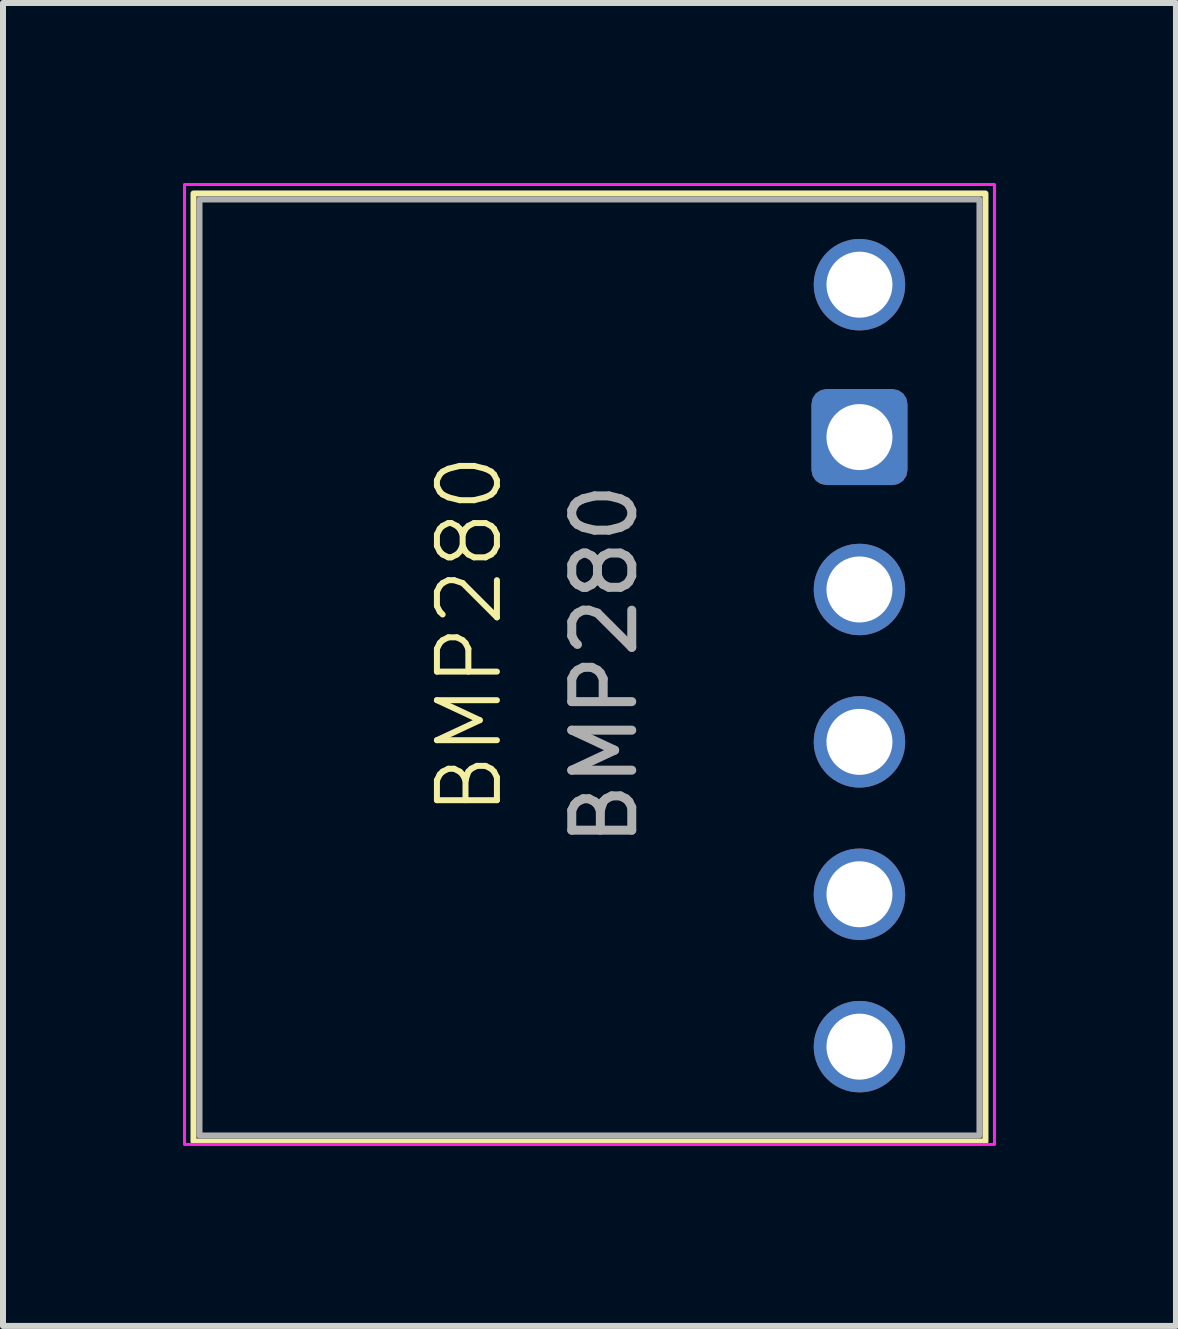
<source format=kicad_pcb>
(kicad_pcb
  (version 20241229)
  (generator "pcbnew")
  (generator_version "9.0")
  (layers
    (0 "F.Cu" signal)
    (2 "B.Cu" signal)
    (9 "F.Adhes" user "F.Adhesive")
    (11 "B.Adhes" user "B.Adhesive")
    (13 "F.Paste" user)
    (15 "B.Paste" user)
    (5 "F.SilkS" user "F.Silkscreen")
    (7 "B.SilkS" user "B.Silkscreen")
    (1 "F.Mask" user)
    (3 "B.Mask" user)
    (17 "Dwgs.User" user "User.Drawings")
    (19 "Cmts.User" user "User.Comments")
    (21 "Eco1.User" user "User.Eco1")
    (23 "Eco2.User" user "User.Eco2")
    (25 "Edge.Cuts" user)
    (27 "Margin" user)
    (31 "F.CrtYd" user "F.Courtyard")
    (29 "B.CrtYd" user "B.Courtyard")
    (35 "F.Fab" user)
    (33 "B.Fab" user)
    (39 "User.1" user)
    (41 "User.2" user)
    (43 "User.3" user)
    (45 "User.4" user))
  (footprint "BMP280"
    (layer "F.Cu")
    (at 11.275 6.775)
    (property "Reference" "BMP280" (at -6.5 0.75 90) (unlocked yes) (layer "F.SilkS") (effects (font (size 1 1) (thickness 0.1))))
    (attr through_hole)
    (fp_rect (start -11.1 -6.6) (end 2.1 9.2) (stroke (width 0.1) (type default)) (fill no) (layer "F.SilkS"))
    (fp_rect (start -11.25 -6.75) (end 2.25 9.25) (stroke (width 0.05) (type default)) (fill no) (layer "F.CrtYd"))
    (fp_rect (start -11 -6.5) (end 2 9.1) (stroke (width 0.1) (type default)) (fill no) (layer "F.Fab"))
    (fp_text user "${REFERENCE}" (at -4.25 1.25 90) (unlocked yes) (layer "F.Fab") (effects (font (size 1 1) (thickness 0.15))))
    (pad "1" thru_hole circle (at 0 -5.08) (size 1.524 1.524) (drill 1.1) (layers "*.Cu" "*.Mask"))
    (pad "2" thru_hole roundrect (at 0 -2.54) (size 1.6 1.6) (drill 1.1) (layers "*.Cu" "*.Mask") (roundrect_rratio 0.156))
    (pad "3" thru_hole circle (at 0 0) (size 1.524 1.524) (drill 1.1) (layers "*.Cu" "*.Mask"))
    (pad "4" thru_hole circle (at 0 2.54) (size 1.524 1.524) (drill 1.1) (layers "*.Cu" "*.Mask"))
    (pad "5" thru_hole circle (at 0 5.08) (size 1.524 1.524) (drill 1.1) (layers "*.Cu" "*.Mask"))
    (pad "6" thru_hole circle (at 0 7.62) (size 1.524 1.524) (drill 1.1) (layers "*.Cu" "*.Mask")))
  (gr_rect
    (start -3 -3)
    (end 16.55 19.05)
    (stroke (width 0.1) (type default))
    (fill no)
    (layer "Edge.Cuts")))
</source>
